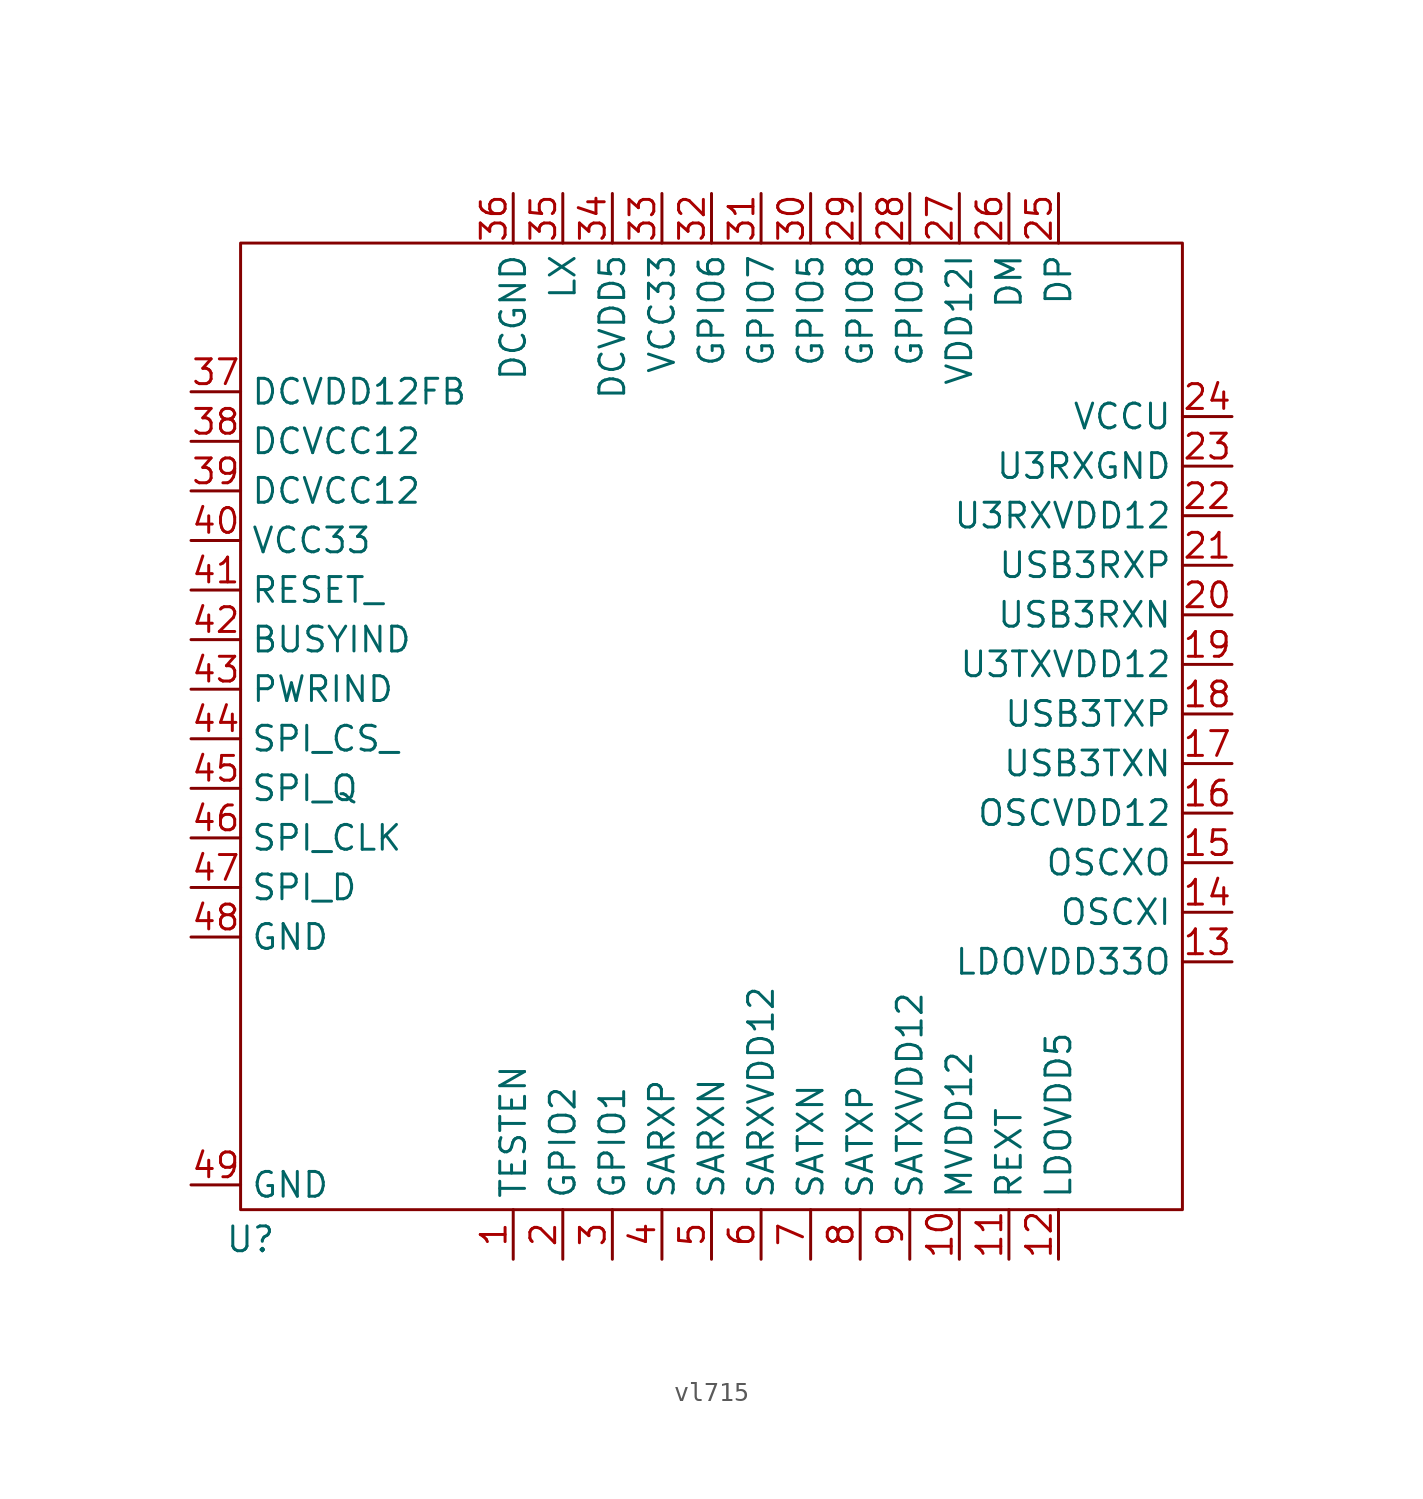
<source format=kicad_sym>
(kicad_symbol_lib
  (version 20231120)
  (generator "kicad_symbol_editor")
  (generator_version "8.0")
  (symbol "vl715"
    (property "Reference" "U"
      (at -24.892 -26.924 0)
      (effects (font (size 1.27 1.27))))
    (property "Value" ""
      (at 5.08 -10.16 0)
      (effects (font (size 1.27 1.27))))
    (symbol "vl715_0_1"
      (polyline (pts (xy -25.4 24.13) (xy -25.4 -25.4) (xy 22.86 -25.4) (xy 22.86 24.13) (xy -25.4 24.13)) (stroke (width 0) (type default)) (fill (type none))))
    (symbol "vl715_1_1"
      (pin input line (at -11.43 -27.94 90) (length 2.54) (name "TESTEN" (effects (font (size 1.27 1.27)))) (number "1" (effects (font (size 1.27 1.27)))))
      (pin input line (at 11.43 -27.94 90) (length 2.54) (name "MVDD12" (effects (font (size 1.27 1.27)))) (number "10" (effects (font (size 1.27 1.27)))))
      (pin input line (at 13.97 -27.94 90) (length 2.54) (name "REXT" (effects (font (size 1.27 1.27)))) (number "11" (effects (font (size 1.27 1.27)))))
      (pin input line (at 16.51 -27.94 90) (length 2.54) (name "LDOVDD5" (effects (font (size 1.27 1.27)))) (number "12" (effects (font (size 1.27 1.27)))))
      (pin input line (at 25.4 -12.7 180) (length 2.54) (name "LDOVDD33O" (effects (font (size 1.27 1.27)))) (number "13" (effects (font (size 1.27 1.27)))))
      (pin input line (at 25.4 -10.16 180) (length 2.54) (name "OSCXI" (effects (font (size 1.27 1.27)))) (number "14" (effects (font (size 1.27 1.27)))))
      (pin input line (at 25.4 -7.62 180) (length 2.54) (name "OSCXO" (effects (font (size 1.27 1.27)))) (number "15" (effects (font (size 1.27 1.27)))))
      (pin input line (at 25.4 -5.08 180) (length 2.54) (name "OSCVDD12" (effects (font (size 1.27 1.27)))) (number "16" (effects (font (size 1.27 1.27)))))
      (pin input line (at 25.4 -2.54 180) (length 2.54) (name "USB3TXN" (effects (font (size 1.27 1.27)))) (number "17" (effects (font (size 1.27 1.27)))))
      (pin input line (at 25.4 0 180) (length 2.54) (name "USB3TXP" (effects (font (size 1.27 1.27)))) (number "18" (effects (font (size 1.27 1.27)))))
      (pin input line (at 25.4 2.54 180) (length 2.54) (name "U3TXVDD12" (effects (font (size 1.27 1.27)))) (number "19" (effects (font (size 1.27 1.27)))))
      (pin input line (at -8.89 -27.94 90) (length 2.54) (name "GPIO2" (effects (font (size 1.27 1.27)))) (number "2" (effects (font (size 1.27 1.27)))))
      (pin input line (at 25.4 5.08 180) (length 2.54) (name "USB3RXN" (effects (font (size 1.27 1.27)))) (number "20" (effects (font (size 1.27 1.27)))))
      (pin input line (at 25.4 7.62 180) (length 2.54) (name "USB3RXP" (effects (font (size 1.27 1.27)))) (number "21" (effects (font (size 1.27 1.27)))))
      (pin input line (at 25.4 10.16 180) (length 2.54) (name "U3RXVDD12" (effects (font (size 1.27 1.27)))) (number "22" (effects (font (size 1.27 1.27)))))
      (pin input line (at 25.4 12.7 180) (length 2.54) (name "U3RXGND" (effects (font (size 1.27 1.27)))) (number "23" (effects (font (size 1.27 1.27)))))
      (pin input line (at 25.4 15.24 180) (length 2.54) (name "VCCU" (effects (font (size 1.27 1.27)))) (number "24" (effects (font (size 1.27 1.27)))))
      (pin input line (at 16.51 26.67 270) (length 2.54) (name "DP" (effects (font (size 1.27 1.27)))) (number "25" (effects (font (size 1.27 1.27)))))
      (pin input line (at 13.97 26.67 270) (length 2.54) (name "DM" (effects (font (size 1.27 1.27)))) (number "26" (effects (font (size 1.27 1.27)))))
      (pin input line (at 11.43 26.67 270) (length 2.54) (name "VDD12I" (effects (font (size 1.27 1.27)))) (number "27" (effects (font (size 1.27 1.27)))))
      (pin input line (at 8.89 26.67 270) (length 2.54) (name "GPIO9" (effects (font (size 1.27 1.27)))) (number "28" (effects (font (size 1.27 1.27)))))
      (pin input line (at 6.35 26.67 270) (length 2.54) (name "GPIO8" (effects (font (size 1.27 1.27)))) (number "29" (effects (font (size 1.27 1.27)))))
      (pin input line (at -6.35 -27.94 90) (length 2.54) (name "GPIO1" (effects (font (size 1.27 1.27)))) (number "3" (effects (font (size 1.27 1.27)))))
      (pin input line (at 3.81 26.67 270) (length 2.54) (name "GPIO5" (effects (font (size 1.27 1.27)))) (number "30" (effects (font (size 1.27 1.27)))))
      (pin input line (at 1.27 26.67 270) (length 2.54) (name "GPIO7" (effects (font (size 1.27 1.27)))) (number "31" (effects (font (size 1.27 1.27)))))
      (pin input line (at -1.27 26.67 270) (length 2.54) (name "GPIO6" (effects (font (size 1.27 1.27)))) (number "32" (effects (font (size 1.27 1.27)))))
      (pin input line (at -3.81 26.67 270) (length 2.54) (name "VCC33" (effects (font (size 1.27 1.27)))) (number "33" (effects (font (size 1.27 1.27)))))
      (pin input line (at -6.35 26.67 270) (length 2.54) (name "DCVDD5" (effects (font (size 1.27 1.27)))) (number "34" (effects (font (size 1.27 1.27)))))
      (pin input line (at -8.89 26.67 270) (length 2.54) (name "LX" (effects (font (size 1.27 1.27)))) (number "35" (effects (font (size 1.27 1.27)))))
      (pin input line (at -11.43 26.67 270) (length 2.54) (name "DCGND" (effects (font (size 1.27 1.27)))) (number "36" (effects (font (size 1.27 1.27)))))
      (pin input line (at -27.94 16.51 0) (length 2.54) (name "DCVDD12FB" (effects (font (size 1.27 1.27)))) (number "37" (effects (font (size 1.27 1.27)))))
      (pin input line (at -27.94 13.97 0) (length 2.54) (name "DCVCC12" (effects (font (size 1.27 1.27)))) (number "38" (effects (font (size 1.27 1.27)))))
      (pin input line (at -27.94 11.43 0) (length 2.54) (name "DCVCC12" (effects (font (size 1.27 1.27)))) (number "39" (effects (font (size 1.27 1.27)))))
      (pin input line (at -3.81 -27.94 90) (length 2.54) (name "SARXP" (effects (font (size 1.27 1.27)))) (number "4" (effects (font (size 1.27 1.27)))))
      (pin input line (at -27.94 8.89 0) (length 2.54) (name "VCC33" (effects (font (size 1.27 1.27)))) (number "40" (effects (font (size 1.27 1.27)))))
      (pin input line (at -27.94 6.35 0) (length 2.54) (name "RESET_" (effects (font (size 1.27 1.27)))) (number "41" (effects (font (size 1.27 1.27)))))
      (pin input line (at -27.94 3.81 0) (length 2.54) (name "BUSYIND" (effects (font (size 1.27 1.27)))) (number "42" (effects (font (size 1.27 1.27)))))
      (pin input line (at -27.94 1.27 0) (length 2.54) (name "PWRIND" (effects (font (size 1.27 1.27)))) (number "43" (effects (font (size 1.27 1.27)))))
      (pin input line (at -27.94 -1.27 0) (length 2.54) (name "SPI_CS_" (effects (font (size 1.27 1.27)))) (number "44" (effects (font (size 1.27 1.27)))))
      (pin input line (at -27.94 -3.81 0) (length 2.54) (name "SPI_Q" (effects (font (size 1.27 1.27)))) (number "45" (effects (font (size 1.27 1.27)))))
      (pin input line (at -27.94 -6.35 0) (length 2.54) (name "SPI_CLK" (effects (font (size 1.27 1.27)))) (number "46" (effects (font (size 1.27 1.27)))))
      (pin input line (at -27.94 -8.89 0) (length 2.54) (name "SPI_D" (effects (font (size 1.27 1.27)))) (number "47" (effects (font (size 1.27 1.27)))))
      (pin input line (at -27.94 -11.43 0) (length 2.54) (name "GND" (effects (font (size 1.27 1.27)))) (number "48" (effects (font (size 1.27 1.27)))))
      (pin input line (at -27.94 -24.13 0) (length 2.54) (name "GND" (effects (font (size 1.27 1.27)))) (number "49" (effects (font (size 1.27 1.27)))))
      (pin input line (at -1.27 -27.94 90) (length 2.54) (name "SARXN" (effects (font (size 1.27 1.27)))) (number "5" (effects (font (size 1.27 1.27)))))
      (pin input line (at 1.27 -27.94 90) (length 2.54) (name "SARXVDD12" (effects (font (size 1.27 1.27)))) (number "6" (effects (font (size 1.27 1.27)))))
      (pin input line (at 3.81 -27.94 90) (length 2.54) (name "SATXN" (effects (font (size 1.27 1.27)))) (number "7" (effects (font (size 1.27 1.27)))))
      (pin input line (at 6.35 -27.94 90) (length 2.54) (name "SATXP" (effects (font (size 1.27 1.27)))) (number "8" (effects (font (size 1.27 1.27)))))
      (pin input line (at 8.89 -27.94 90) (length 2.54) (name "SATXVDD12" (effects (font (size 1.27 1.27)))) (number "9" (effects (font (size 1.27 1.27))))))))
</source>
